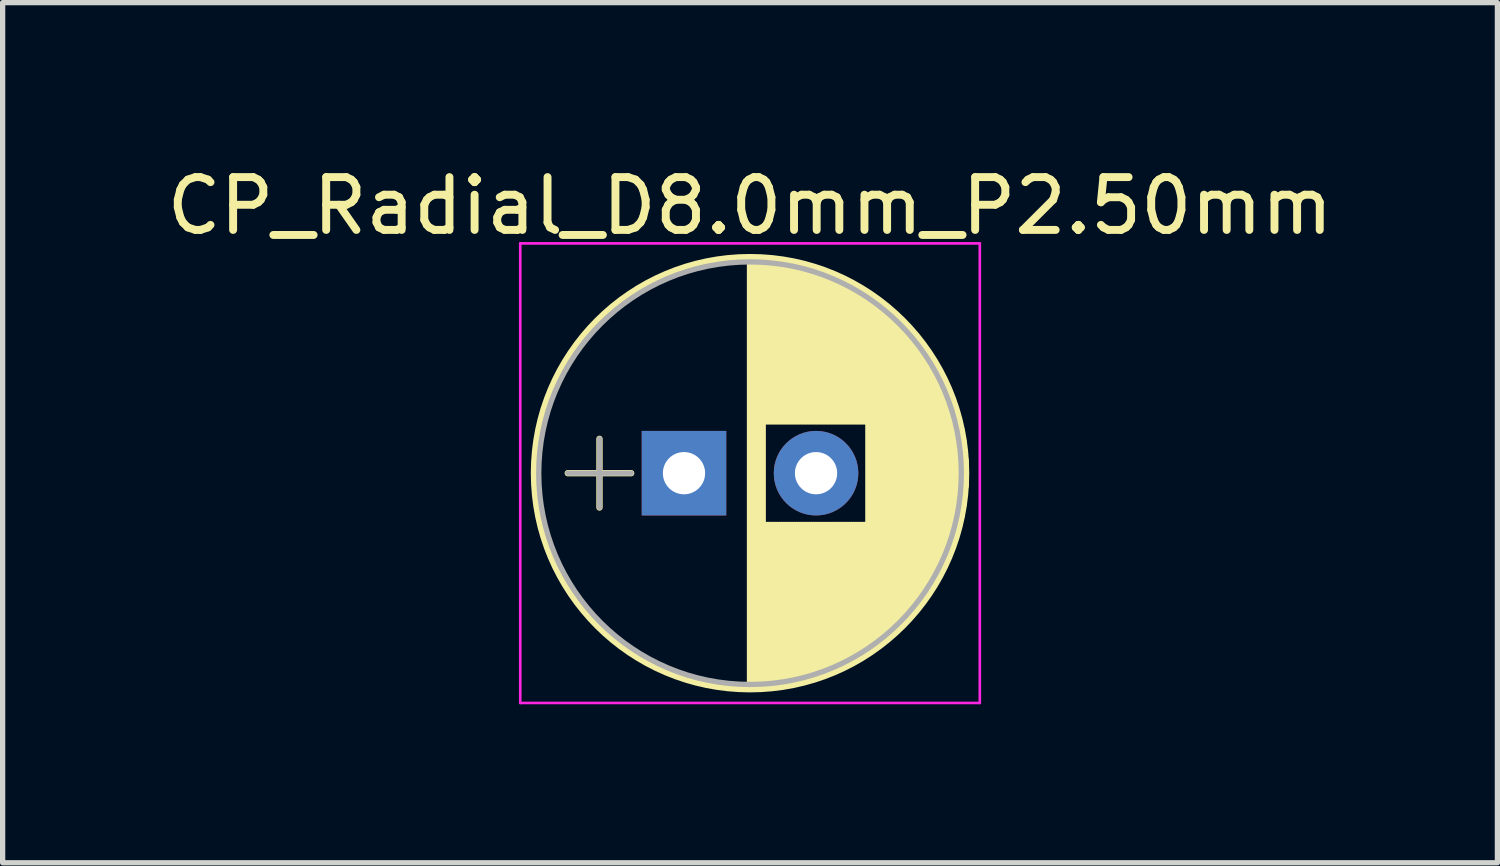
<source format=kicad_pcb>
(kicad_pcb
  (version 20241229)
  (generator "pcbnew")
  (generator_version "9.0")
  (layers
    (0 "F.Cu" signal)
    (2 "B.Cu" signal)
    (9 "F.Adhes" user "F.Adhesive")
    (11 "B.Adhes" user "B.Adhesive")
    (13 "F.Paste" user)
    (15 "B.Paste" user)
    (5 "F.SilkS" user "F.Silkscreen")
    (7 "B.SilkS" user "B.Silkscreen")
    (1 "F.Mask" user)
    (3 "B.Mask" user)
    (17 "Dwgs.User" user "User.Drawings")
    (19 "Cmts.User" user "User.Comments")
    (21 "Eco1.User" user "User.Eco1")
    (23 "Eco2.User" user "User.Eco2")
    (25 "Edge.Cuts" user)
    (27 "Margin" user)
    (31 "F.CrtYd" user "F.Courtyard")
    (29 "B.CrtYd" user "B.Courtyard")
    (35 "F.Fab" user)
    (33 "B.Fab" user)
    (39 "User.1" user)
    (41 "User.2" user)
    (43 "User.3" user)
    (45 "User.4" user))
  (footprint "CP_Radial_D8.0mm_P2.50mm"
    (layer "F.Cu")
    (at 9.899 5.908)
    (property "Reference" "CP_Radial_D8.0mm_P2.50mm" (at 1.25 -5.06 0) (layer "F.SilkS") (effects (font (size 1 1) (thickness 0.15))))
    (attr through_hole)
    (fp_line (start -2.2 0) (end -1 0) (stroke (width 0.12) (type solid)) (layer "F.SilkS"))
    (fp_line (start -1.6 -0.65) (end -1.6 0.65) (stroke (width 0.12) (type solid)) (layer "F.SilkS"))
    (fp_line (start 1.25 -4.05) (end 1.25 4.05) (stroke (width 0.12) (type solid)) (layer "F.SilkS"))
    (fp_line (start 1.29 -4.05) (end 1.29 4.05) (stroke (width 0.12) (type solid)) (layer "F.SilkS"))
    (fp_line (start 1.33 -4.05) (end 1.33 4.05) (stroke (width 0.12) (type solid)) (layer "F.SilkS"))
    (fp_line (start 1.37 -4.049) (end 1.37 4.049) (stroke (width 0.12) (type solid)) (layer "F.SilkS"))
    (fp_line (start 1.41 -4.047) (end 1.41 4.047) (stroke (width 0.12) (type solid)) (layer "F.SilkS"))
    (fp_line (start 1.45 -4.046) (end 1.45 4.046) (stroke (width 0.12) (type solid)) (layer "F.SilkS"))
    (fp_line (start 1.49 -4.043) (end 1.49 4.043) (stroke (width 0.12) (type solid)) (layer "F.SilkS"))
    (fp_line (start 1.53 -4.041) (end 1.53 -0.98) (stroke (width 0.12) (type solid)) (layer "F.SilkS"))
    (fp_line (start 1.53 0.98) (end 1.53 4.041) (stroke (width 0.12) (type solid)) (layer "F.SilkS"))
    (fp_line (start 1.57 -4.038) (end 1.57 -0.98) (stroke (width 0.12) (type solid)) (layer "F.SilkS"))
    (fp_line (start 1.57 0.98) (end 1.57 4.038) (stroke (width 0.12) (type solid)) (layer "F.SilkS"))
    (fp_line (start 1.61 -4.035) (end 1.61 -0.98) (stroke (width 0.12) (type solid)) (layer "F.SilkS"))
    (fp_line (start 1.61 0.98) (end 1.61 4.035) (stroke (width 0.12) (type solid)) (layer "F.SilkS"))
    (fp_line (start 1.65 -4.031) (end 1.65 -0.98) (stroke (width 0.12) (type solid)) (layer "F.SilkS"))
    (fp_line (start 1.65 0.98) (end 1.65 4.031) (stroke (width 0.12) (type solid)) (layer "F.SilkS"))
    (fp_line (start 1.69 -4.027) (end 1.69 -0.98) (stroke (width 0.12) (type solid)) (layer "F.SilkS"))
    (fp_line (start 1.69 0.98) (end 1.69 4.027) (stroke (width 0.12) (type solid)) (layer "F.SilkS"))
    (fp_line (start 1.73 -4.022) (end 1.73 -0.98) (stroke (width 0.12) (type solid)) (layer "F.SilkS"))
    (fp_line (start 1.73 0.98) (end 1.73 4.022) (stroke (width 0.12) (type solid)) (layer "F.SilkS"))
    (fp_line (start 1.77 -4.017) (end 1.77 -0.98) (stroke (width 0.12) (type solid)) (layer "F.SilkS"))
    (fp_line (start 1.77 0.98) (end 1.77 4.017) (stroke (width 0.12) (type solid)) (layer "F.SilkS"))
    (fp_line (start 1.81 -4.012) (end 1.81 -0.98) (stroke (width 0.12) (type solid)) (layer "F.SilkS"))
    (fp_line (start 1.81 0.98) (end 1.81 4.012) (stroke (width 0.12) (type solid)) (layer "F.SilkS"))
    (fp_line (start 1.85 -4.006) (end 1.85 -0.98) (stroke (width 0.12) (type solid)) (layer "F.SilkS"))
    (fp_line (start 1.85 0.98) (end 1.85 4.006) (stroke (width 0.12) (type solid)) (layer "F.SilkS"))
    (fp_line (start 1.89 -4) (end 1.89 -0.98) (stroke (width 0.12) (type solid)) (layer "F.SilkS"))
    (fp_line (start 1.89 0.98) (end 1.89 4) (stroke (width 0.12) (type solid)) (layer "F.SilkS"))
    (fp_line (start 1.93 -3.994) (end 1.93 -0.98) (stroke (width 0.12) (type solid)) (layer "F.SilkS"))
    (fp_line (start 1.93 0.98) (end 1.93 3.994) (stroke (width 0.12) (type solid)) (layer "F.SilkS"))
    (fp_line (start 1.971 -3.987) (end 1.971 -0.98) (stroke (width 0.12) (type solid)) (layer "F.SilkS"))
    (fp_line (start 1.971 0.98) (end 1.971 3.987) (stroke (width 0.12) (type solid)) (layer "F.SilkS"))
    (fp_line (start 2.011 -3.979) (end 2.011 -0.98) (stroke (width 0.12) (type solid)) (layer "F.SilkS"))
    (fp_line (start 2.011 0.98) (end 2.011 3.979) (stroke (width 0.12) (type solid)) (layer "F.SilkS"))
    (fp_line (start 2.051 -3.971) (end 2.051 -0.98) (stroke (width 0.12) (type solid)) (layer "F.SilkS"))
    (fp_line (start 2.051 0.98) (end 2.051 3.971) (stroke (width 0.12) (type solid)) (layer "F.SilkS"))
    (fp_line (start 2.091 -3.963) (end 2.091 -0.98) (stroke (width 0.12) (type solid)) (layer "F.SilkS"))
    (fp_line (start 2.091 0.98) (end 2.091 3.963) (stroke (width 0.12) (type solid)) (layer "F.SilkS"))
    (fp_line (start 2.131 -3.955) (end 2.131 -0.98) (stroke (width 0.12) (type solid)) (layer "F.SilkS"))
    (fp_line (start 2.131 0.98) (end 2.131 3.955) (stroke (width 0.12) (type solid)) (layer "F.SilkS"))
    (fp_line (start 2.171 -3.946) (end 2.171 -0.98) (stroke (width 0.12) (type solid)) (layer "F.SilkS"))
    (fp_line (start 2.171 0.98) (end 2.171 3.946) (stroke (width 0.12) (type solid)) (layer "F.SilkS"))
    (fp_line (start 2.211 -3.936) (end 2.211 -0.98) (stroke (width 0.12) (type solid)) (layer "F.SilkS"))
    (fp_line (start 2.211 0.98) (end 2.211 3.936) (stroke (width 0.12) (type solid)) (layer "F.SilkS"))
    (fp_line (start 2.251 -3.926) (end 2.251 -0.98) (stroke (width 0.12) (type solid)) (layer "F.SilkS"))
    (fp_line (start 2.251 0.98) (end 2.251 3.926) (stroke (width 0.12) (type solid)) (layer "F.SilkS"))
    (fp_line (start 2.291 -3.916) (end 2.291 -0.98) (stroke (width 0.12) (type solid)) (layer "F.SilkS"))
    (fp_line (start 2.291 0.98) (end 2.291 3.916) (stroke (width 0.12) (type solid)) (layer "F.SilkS"))
    (fp_line (start 2.331 -3.905) (end 2.331 -0.98) (stroke (width 0.12) (type solid)) (layer "F.SilkS"))
    (fp_line (start 2.331 0.98) (end 2.331 3.905) (stroke (width 0.12) (type solid)) (layer "F.SilkS"))
    (fp_line (start 2.371 -3.894) (end 2.371 -0.98) (stroke (width 0.12) (type solid)) (layer "F.SilkS"))
    (fp_line (start 2.371 0.98) (end 2.371 3.894) (stroke (width 0.12) (type solid)) (layer "F.SilkS"))
    (fp_line (start 2.411 -3.883) (end 2.411 -0.98) (stroke (width 0.12) (type solid)) (layer "F.SilkS"))
    (fp_line (start 2.411 0.98) (end 2.411 3.883) (stroke (width 0.12) (type solid)) (layer "F.SilkS"))
    (fp_line (start 2.451 -3.87) (end 2.451 -0.98) (stroke (width 0.12) (type solid)) (layer "F.SilkS"))
    (fp_line (start 2.451 0.98) (end 2.451 3.87) (stroke (width 0.12) (type solid)) (layer "F.SilkS"))
    (fp_line (start 2.491 -3.858) (end 2.491 -0.98) (stroke (width 0.12) (type solid)) (layer "F.SilkS"))
    (fp_line (start 2.491 0.98) (end 2.491 3.858) (stroke (width 0.12) (type solid)) (layer "F.SilkS"))
    (fp_line (start 2.531 -3.845) (end 2.531 -0.98) (stroke (width 0.12) (type solid)) (layer "F.SilkS"))
    (fp_line (start 2.531 0.98) (end 2.531 3.845) (stroke (width 0.12) (type solid)) (layer "F.SilkS"))
    (fp_line (start 2.571 -3.832) (end 2.571 -0.98) (stroke (width 0.12) (type solid)) (layer "F.SilkS"))
    (fp_line (start 2.571 0.98) (end 2.571 3.832) (stroke (width 0.12) (type solid)) (layer "F.SilkS"))
    (fp_line (start 2.611 -3.818) (end 2.611 -0.98) (stroke (width 0.12) (type solid)) (layer "F.SilkS"))
    (fp_line (start 2.611 0.98) (end 2.611 3.818) (stroke (width 0.12) (type solid)) (layer "F.SilkS"))
    (fp_line (start 2.651 -3.803) (end 2.651 -0.98) (stroke (width 0.12) (type solid)) (layer "F.SilkS"))
    (fp_line (start 2.651 0.98) (end 2.651 3.803) (stroke (width 0.12) (type solid)) (layer "F.SilkS"))
    (fp_line (start 2.691 -3.789) (end 2.691 -0.98) (stroke (width 0.12) (type solid)) (layer "F.SilkS"))
    (fp_line (start 2.691 0.98) (end 2.691 3.789) (stroke (width 0.12) (type solid)) (layer "F.SilkS"))
    (fp_line (start 2.731 -3.773) (end 2.731 -0.98) (stroke (width 0.12) (type solid)) (layer "F.SilkS"))
    (fp_line (start 2.731 0.98) (end 2.731 3.773) (stroke (width 0.12) (type solid)) (layer "F.SilkS"))
    (fp_line (start 2.771 -3.758) (end 2.771 -0.98) (stroke (width 0.12) (type solid)) (layer "F.SilkS"))
    (fp_line (start 2.771 0.98) (end 2.771 3.758) (stroke (width 0.12) (type solid)) (layer "F.SilkS"))
    (fp_line (start 2.811 -3.741) (end 2.811 -0.98) (stroke (width 0.12) (type solid)) (layer "F.SilkS"))
    (fp_line (start 2.811 0.98) (end 2.811 3.741) (stroke (width 0.12) (type solid)) (layer "F.SilkS"))
    (fp_line (start 2.851 -3.725) (end 2.851 -0.98) (stroke (width 0.12) (type solid)) (layer "F.SilkS"))
    (fp_line (start 2.851 0.98) (end 2.851 3.725) (stroke (width 0.12) (type solid)) (layer "F.SilkS"))
    (fp_line (start 2.891 -3.707) (end 2.891 -0.98) (stroke (width 0.12) (type solid)) (layer "F.SilkS"))
    (fp_line (start 2.891 0.98) (end 2.891 3.707) (stroke (width 0.12) (type solid)) (layer "F.SilkS"))
    (fp_line (start 2.931 -3.69) (end 2.931 -0.98) (stroke (width 0.12) (type solid)) (layer "F.SilkS"))
    (fp_line (start 2.931 0.98) (end 2.931 3.69) (stroke (width 0.12) (type solid)) (layer "F.SilkS"))
    (fp_line (start 2.971 -3.671) (end 2.971 -0.98) (stroke (width 0.12) (type solid)) (layer "F.SilkS"))
    (fp_line (start 2.971 0.98) (end 2.971 3.671) (stroke (width 0.12) (type solid)) (layer "F.SilkS"))
    (fp_line (start 3.011 -3.652) (end 3.011 -0.98) (stroke (width 0.12) (type solid)) (layer "F.SilkS"))
    (fp_line (start 3.011 0.98) (end 3.011 3.652) (stroke (width 0.12) (type solid)) (layer "F.SilkS"))
    (fp_line (start 3.051 -3.633) (end 3.051 -0.98) (stroke (width 0.12) (type solid)) (layer "F.SilkS"))
    (fp_line (start 3.051 0.98) (end 3.051 3.633) (stroke (width 0.12) (type solid)) (layer "F.SilkS"))
    (fp_line (start 3.091 -3.613) (end 3.091 -0.98) (stroke (width 0.12) (type solid)) (layer "F.SilkS"))
    (fp_line (start 3.091 0.98) (end 3.091 3.613) (stroke (width 0.12) (type solid)) (layer "F.SilkS"))
    (fp_line (start 3.131 -3.593) (end 3.131 -0.98) (stroke (width 0.12) (type solid)) (layer "F.SilkS"))
    (fp_line (start 3.131 0.98) (end 3.131 3.593) (stroke (width 0.12) (type solid)) (layer "F.SilkS"))
    (fp_line (start 3.171 -3.572) (end 3.171 -0.98) (stroke (width 0.12) (type solid)) (layer "F.SilkS"))
    (fp_line (start 3.171 0.98) (end 3.171 3.572) (stroke (width 0.12) (type solid)) (layer "F.SilkS"))
    (fp_line (start 3.211 -3.55) (end 3.211 -0.98) (stroke (width 0.12) (type solid)) (layer "F.SilkS"))
    (fp_line (start 3.211 0.98) (end 3.211 3.55) (stroke (width 0.12) (type solid)) (layer "F.SilkS"))
    (fp_line (start 3.251 -3.528) (end 3.251 -0.98) (stroke (width 0.12) (type solid)) (layer "F.SilkS"))
    (fp_line (start 3.251 0.98) (end 3.251 3.528) (stroke (width 0.12) (type solid)) (layer "F.SilkS"))
    (fp_line (start 3.291 -3.505) (end 3.291 -0.98) (stroke (width 0.12) (type solid)) (layer "F.SilkS"))
    (fp_line (start 3.291 0.98) (end 3.291 3.505) (stroke (width 0.12) (type solid)) (layer "F.SilkS"))
    (fp_line (start 3.331 -3.482) (end 3.331 -0.98) (stroke (width 0.12) (type solid)) (layer "F.SilkS"))
    (fp_line (start 3.331 0.98) (end 3.331 3.482) (stroke (width 0.12) (type solid)) (layer "F.SilkS"))
    (fp_line (start 3.371 -3.458) (end 3.371 -0.98) (stroke (width 0.12) (type solid)) (layer "F.SilkS"))
    (fp_line (start 3.371 0.98) (end 3.371 3.458) (stroke (width 0.12) (type solid)) (layer "F.SilkS"))
    (fp_line (start 3.411 -3.434) (end 3.411 -0.98) (stroke (width 0.12) (type solid)) (layer "F.SilkS"))
    (fp_line (start 3.411 0.98) (end 3.411 3.434) (stroke (width 0.12) (type solid)) (layer "F.SilkS"))
    (fp_line (start 3.451 -3.408) (end 3.451 -0.98) (stroke (width 0.12) (type solid)) (layer "F.SilkS"))
    (fp_line (start 3.451 0.98) (end 3.451 3.408) (stroke (width 0.12) (type solid)) (layer "F.SilkS"))
    (fp_line (start 3.491 -3.383) (end 3.491 3.383) (stroke (width 0.12) (type solid)) (layer "F.SilkS"))
    (fp_line (start 3.531 -3.356) (end 3.531 3.356) (stroke (width 0.12) (type solid)) (layer "F.SilkS"))
    (fp_line (start 3.571 -3.329) (end 3.571 3.329) (stroke (width 0.12) (type solid)) (layer "F.SilkS"))
    (fp_line (start 3.611 -3.301) (end 3.611 3.301) (stroke (width 0.12) (type solid)) (layer "F.SilkS"))
    (fp_line (start 3.651 -3.272) (end 3.651 3.272) (stroke (width 0.12) (type solid)) (layer "F.SilkS"))
    (fp_line (start 3.691 -3.243) (end 3.691 3.243) (stroke (width 0.12) (type solid)) (layer "F.SilkS"))
    (fp_line (start 3.731 -3.213) (end 3.731 3.213) (stroke (width 0.12) (type solid)) (layer "F.SilkS"))
    (fp_line (start 3.771 -3.182) (end 3.771 3.182) (stroke (width 0.12) (type solid)) (layer "F.SilkS"))
    (fp_line (start 3.811 -3.15) (end 3.811 3.15) (stroke (width 0.12) (type solid)) (layer "F.SilkS"))
    (fp_line (start 3.851 -3.118) (end 3.851 3.118) (stroke (width 0.12) (type solid)) (layer "F.SilkS"))
    (fp_line (start 3.891 -3.084) (end 3.891 3.084) (stroke (width 0.12) (type solid)) (layer "F.SilkS"))
    (fp_line (start 3.931 -3.05) (end 3.931 3.05) (stroke (width 0.12) (type solid)) (layer "F.SilkS"))
    (fp_line (start 3.971 -3.015) (end 3.971 3.015) (stroke (width 0.12) (type solid)) (layer "F.SilkS"))
    (fp_line (start 4.011 -2.979) (end 4.011 2.979) (stroke (width 0.12) (type solid)) (layer "F.SilkS"))
    (fp_line (start 4.051 -2.942) (end 4.051 2.942) (stroke (width 0.12) (type solid)) (layer "F.SilkS"))
    (fp_line (start 4.091 -2.904) (end 4.091 2.904) (stroke (width 0.12) (type solid)) (layer "F.SilkS"))
    (fp_line (start 4.131 -2.865) (end 4.131 2.865) (stroke (width 0.12) (type solid)) (layer "F.SilkS"))
    (fp_line (start 4.171 -2.824) (end 4.171 2.824) (stroke (width 0.12) (type solid)) (layer "F.SilkS"))
    (fp_line (start 4.211 -2.783) (end 4.211 2.783) (stroke (width 0.12) (type solid)) (layer "F.SilkS"))
    (fp_line (start 4.251 -2.74) (end 4.251 2.74) (stroke (width 0.12) (type solid)) (layer "F.SilkS"))
    (fp_line (start 4.291 -2.697) (end 4.291 2.697) (stroke (width 0.12) (type solid)) (layer "F.SilkS"))
    (fp_line (start 4.331 -2.652) (end 4.331 2.652) (stroke (width 0.12) (type solid)) (layer "F.SilkS"))
    (fp_line (start 4.371 -2.605) (end 4.371 2.605) (stroke (width 0.12) (type solid)) (layer "F.SilkS"))
    (fp_line (start 4.411 -2.557) (end 4.411 2.557) (stroke (width 0.12) (type solid)) (layer "F.SilkS"))
    (fp_line (start 4.451 -2.508) (end 4.451 2.508) (stroke (width 0.12) (type solid)) (layer "F.SilkS"))
    (fp_line (start 4.491 -2.457) (end 4.491 2.457) (stroke (width 0.12) (type solid)) (layer "F.SilkS"))
    (fp_line (start 4.531 -2.404) (end 4.531 2.404) (stroke (width 0.12) (type solid)) (layer "F.SilkS"))
    (fp_line (start 4.571 -2.349) (end 4.571 2.349) (stroke (width 0.12) (type solid)) (layer "F.SilkS"))
    (fp_line (start 4.611 -2.293) (end 4.611 2.293) (stroke (width 0.12) (type solid)) (layer "F.SilkS"))
    (fp_line (start 4.651 -2.234) (end 4.651 2.234) (stroke (width 0.12) (type solid)) (layer "F.SilkS"))
    (fp_line (start 4.691 -2.173) (end 4.691 2.173) (stroke (width 0.12) (type solid)) (layer "F.SilkS"))
    (fp_line (start 4.731 -2.109) (end 4.731 2.109) (stroke (width 0.12) (type solid)) (layer "F.SilkS"))
    (fp_line (start 4.771 -2.043) (end 4.771 2.043) (stroke (width 0.12) (type solid)) (layer "F.SilkS"))
    (fp_line (start 4.811 -1.974) (end 4.811 1.974) (stroke (width 0.12) (type solid)) (layer "F.SilkS"))
    (fp_line (start 4.851 -1.902) (end 4.851 1.902) (stroke (width 0.12) (type solid)) (layer "F.SilkS"))
    (fp_line (start 4.891 -1.826) (end 4.891 1.826) (stroke (width 0.12) (type solid)) (layer "F.SilkS"))
    (fp_line (start 4.931 -1.745) (end 4.931 1.745) (stroke (width 0.12) (type solid)) (layer "F.SilkS"))
    (fp_line (start 4.971 -1.66) (end 4.971 1.66) (stroke (width 0.12) (type solid)) (layer "F.SilkS"))
    (fp_line (start 5.011 -1.57) (end 5.011 1.57) (stroke (width 0.12) (type solid)) (layer "F.SilkS"))
    (fp_line (start 5.051 -1.473) (end 5.051 1.473) (stroke (width 0.12) (type solid)) (layer "F.SilkS"))
    (fp_line (start 5.091 -1.369) (end 5.091 1.369) (stroke (width 0.12) (type solid)) (layer "F.SilkS"))
    (fp_line (start 5.131 -1.254) (end 5.131 1.254) (stroke (width 0.12) (type solid)) (layer "F.SilkS"))
    (fp_line (start 5.171 -1.127) (end 5.171 1.127) (stroke (width 0.12) (type solid)) (layer "F.SilkS"))
    (fp_line (start 5.211 -0.983) (end 5.211 0.983) (stroke (width 0.12) (type solid)) (layer "F.SilkS"))
    (fp_line (start 5.251 -0.814) (end 5.251 0.814) (stroke (width 0.12) (type solid)) (layer "F.SilkS"))
    (fp_line (start 5.291 -0.598) (end 5.291 0.598) (stroke (width 0.12) (type solid)) (layer "F.SilkS"))
    (fp_line (start 5.331 -0.246) (end 5.331 0.246) (stroke (width 0.12) (type solid)) (layer "F.SilkS"))
    (fp_circle (center 1.25 0) (end 5.34 0) (stroke (width 0.12) (type solid)) (fill no) (layer "F.SilkS"))
    (fp_line (start -3.1 -4.35) (end -3.1 4.35) (stroke (width 0.05) (type solid)) (layer "F.CrtYd"))
    (fp_line (start -3.1 4.35) (end 5.6 4.35) (stroke (width 0.05) (type solid)) (layer "F.CrtYd"))
    (fp_line (start 5.6 -4.35) (end -3.1 -4.35) (stroke (width 0.05) (type solid)) (layer "F.CrtYd"))
    (fp_line (start 5.6 4.35) (end 5.6 -4.35) (stroke (width 0.05) (type solid)) (layer "F.CrtYd"))
    (fp_line (start -2.2 0) (end -1 0) (stroke (width 0.1) (type solid)) (layer "F.Fab"))
    (fp_line (start -1.6 -0.65) (end -1.6 0.65) (stroke (width 0.1) (type solid)) (layer "F.Fab"))
    (fp_circle (center 1.25 0) (end 5.25 0) (stroke (width 0.1) (type solid)) (fill no) (layer "F.Fab"))
    (pad "1" thru_hole rect (at 0 0) (size 1.6 1.6) (drill 0.8) (layers "*.Cu" "*.Mask"))
    (pad "2" thru_hole circle (at 2.5 0) (size 1.6 1.6) (drill 0.8) (layers "*.Cu" "*.Mask")))
  (gr_rect
    (start -3 -3)
    (end 25.298 13.283)
    (stroke (width 0.1) (type default))
    (fill no)
    (layer "Edge.Cuts")))
</source>
